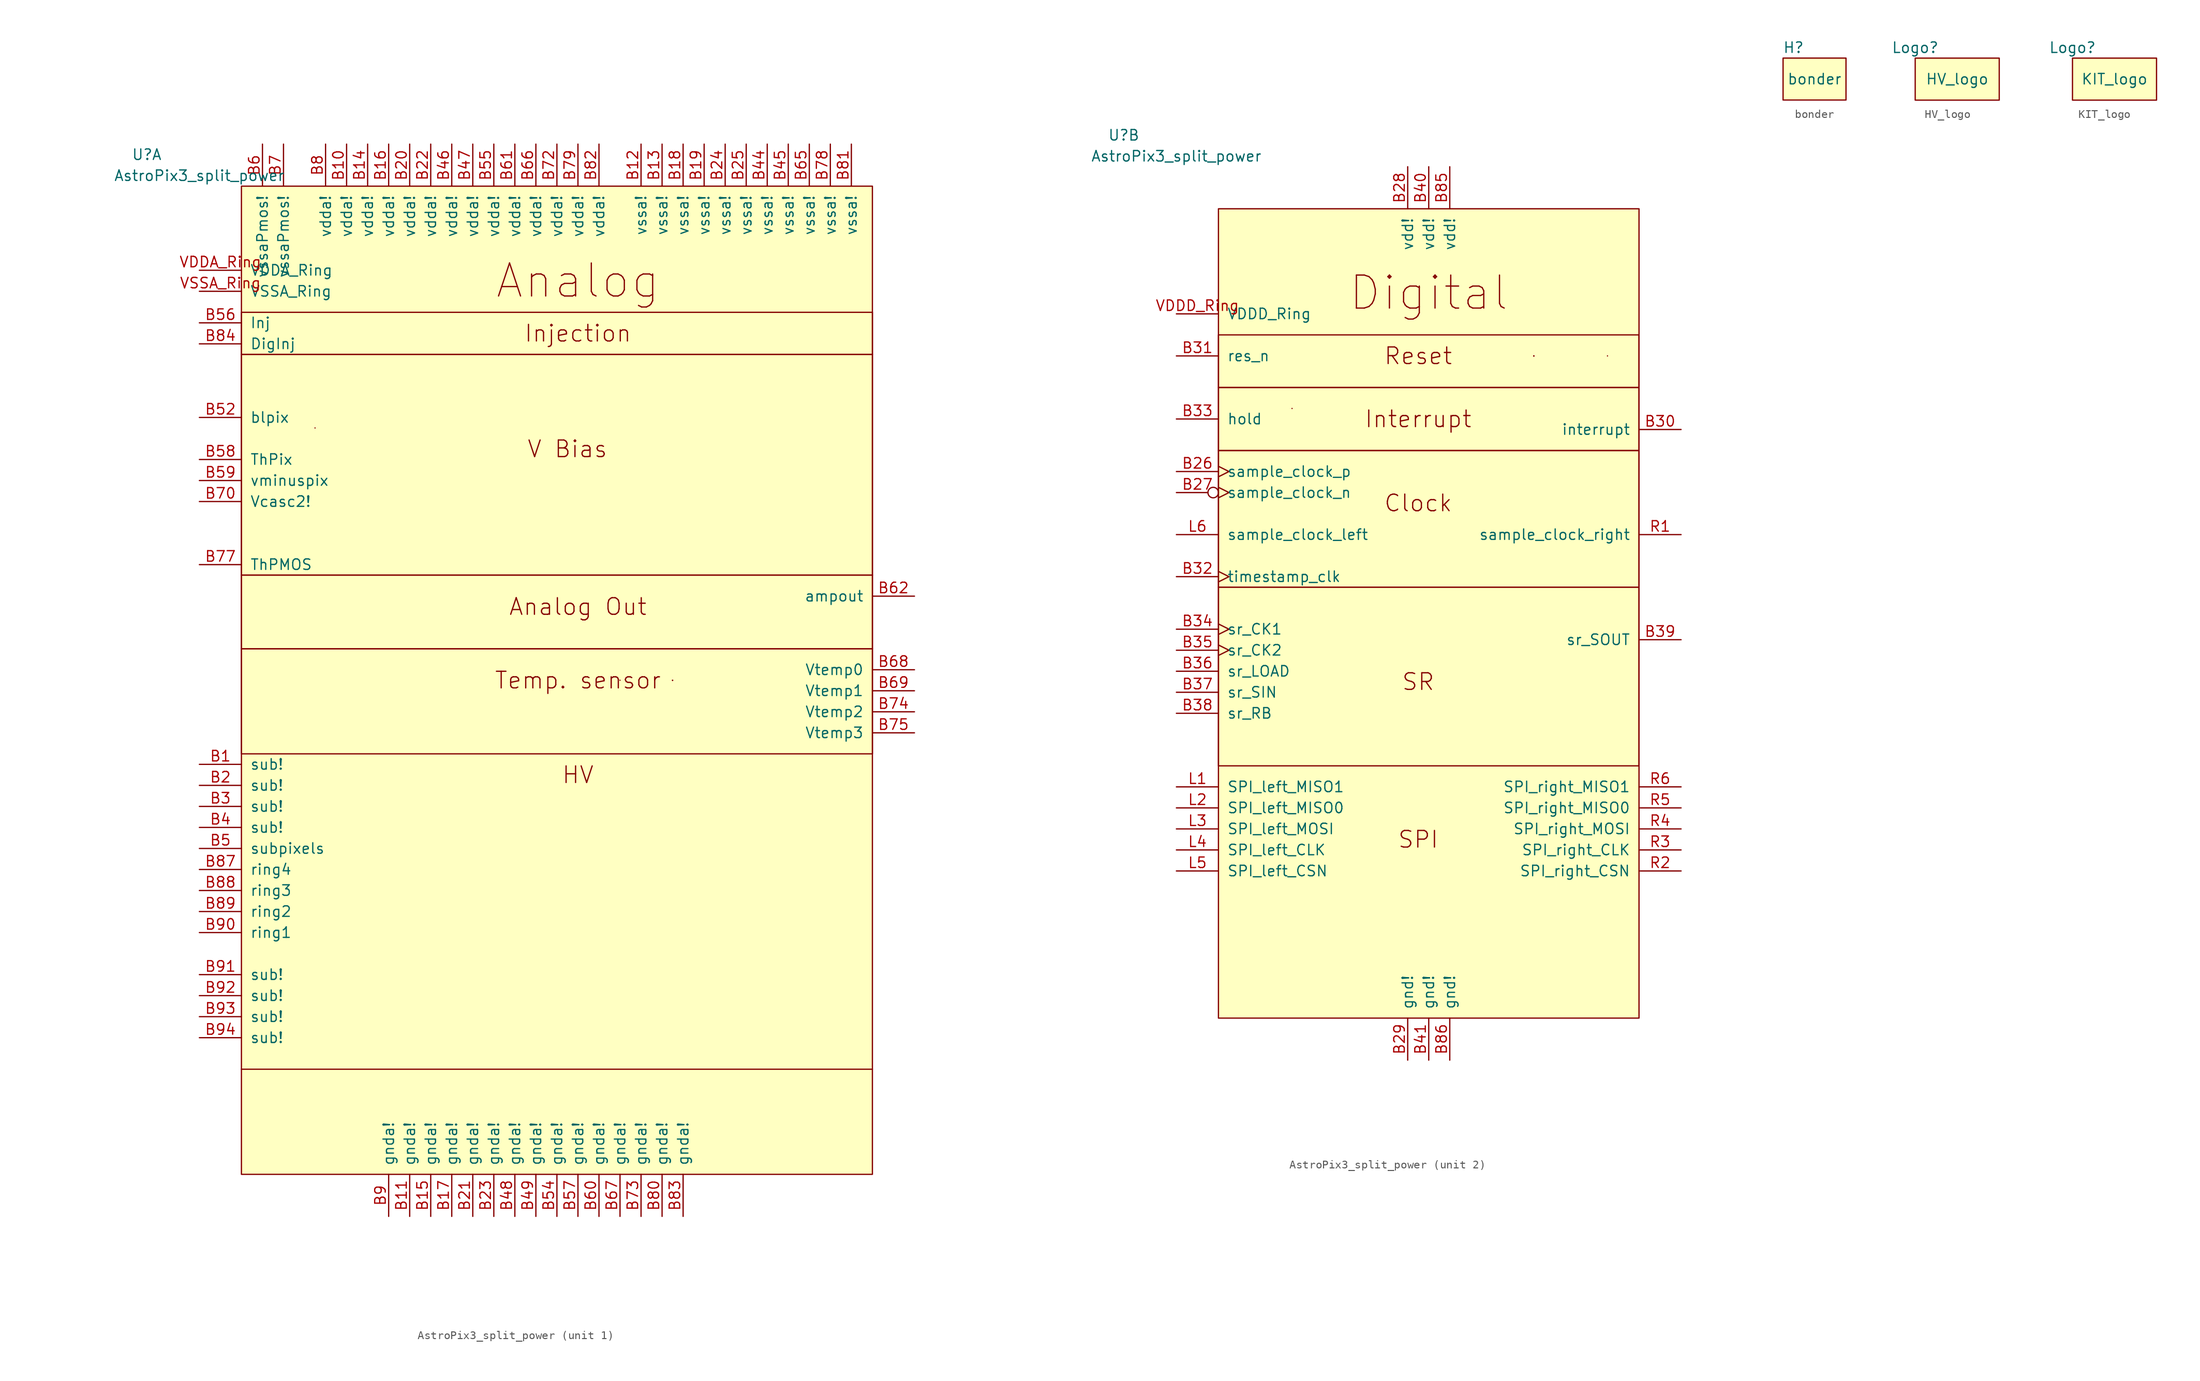
<source format=kicad_sym>
(kicad_symbol_lib
  (version 20211014)
  (generator kicad_symbol_editor)
  (symbol "AstroPix3_split_power"
    (pin_names
      (offset 1.016))
    (property "Reference" "U"
      (at -36.83 40.64 0)
      (effects (font (size 1.27 1.27))))
    (property "Value" "AstroPix3_split_power"
      (at -30.48 38.1 0)
      (effects (font (size 1.27 1.27))))
    (property "ki_locked" ""
      (at 0 0 0)
      (effects (font (size 1.27 1.27))))
    (symbol "AstroPix3_split_power_0_1"
      (polyline (pts (xy -16.51 7.62) (xy -16.51 7.62)) (stroke (width 0) (type default) (color 0 0 0 0)) (fill (type none))))
    (symbol "AstroPix3_split_power_1_1"
      (rectangle (start -25.4 -19.05) (end 50.8 -31.75) (stroke (width 0) (type default) (color 0 0 0 0)) (fill (type none)))
      (rectangle (start -25.4 -10.16) (end 50.8 -19.05) (stroke (width 0) (type default) (color 0 0 0 0)) (fill (type none)))
      (rectangle (start -25.4 16.51) (end 50.8 -10.16) (stroke (width 0) (type default) (color 0 0 0 0)) (fill (type none)))
      (rectangle (start -25.4 21.59) (end 50.8 16.51) (stroke (width 0) (type default) (color 0 0 0 0)) (fill (type none)))
      (rectangle (start -25.4 36.83) (end 50.8 -82.55) (stroke (width 0) (type default) (color 0 0 0 0)) (fill (type background)))
      (polyline (pts (xy -25.4 -69.85) (xy 50.8 -69.85)) (stroke (width 0) (type default) (color 0 0 0 0)) (fill (type none)))
      (polyline (pts (xy 20.32 -22.86) (xy 20.32 -22.86)) (stroke (width 0) (type default) (color 0 0 0 0)) (fill (type none)))
      (polyline (pts (xy 26.67 -22.86) (xy 26.67 -22.86)) (stroke (width 0) (type default) (color 0 0 0 0)) (fill (type none)))
      (polyline (pts (xy 26.67 -22.86) (xy 26.67 -22.86)) (stroke (width 0) (type default) (color 0 0 0 0)) (fill (type none)))
      (polyline (pts (xy 26.67 -22.86) (xy 26.67 -22.86)) (stroke (width 0) (type default) (color 0 0 0 0)) (fill (type none)))
      (polyline (pts (xy 26.67 -22.86) (xy 26.67 -22.86)) (stroke (width 0) (type default) (color 0 0 0 0)) (fill (type none)))
      (polyline (pts (xy 26.67 -22.86) (xy 26.67 -22.86)) (stroke (width 0) (type default) (color 0 0 0 0)) (fill (type none)))
      (text "Analog" (at 15.24 25.4 0) (effects (font (size 3.988 3.988))))
      (text "Analog Out" (at 15.24 -13.97 0) (effects (font (size 2.007 2.007))))
      (text "HV" (at 15.24 -34.29 0) (effects (font (size 2.007 2.007))))
      (text "Injection" (at 15.24 19.05 0) (effects (font (size 2.007 2.007))))
      (text "Temp. sensor" (at 15.24 -22.86 0) (effects (font (size 2.007 2.007))))
      (text "V Bias" (at 13.97 5.08 0) (effects (font (size 2.007 2.007))))
      (pin power_in line (at -30.48 -33.02 0) (length 5.08) (name "sub!" (effects (font (size 1.27 1.27)))) (number "B1" (effects (font (size 1.27 1.27)))))
      (pin power_in line (at -12.7 41.91 270) (length 5.08) (name "vdda!" (effects (font (size 1.27 1.27)))) (number "B10" (effects (font (size 1.27 1.27)))))
      (pin power_in line (at -5.08 -87.63 90) (length 5.08) (name "gnda!" (effects (font (size 1.27 1.27)))) (number "B11" (effects (font (size 1.27 1.27)))))
      (pin power_in line (at 22.86 41.91 270) (length 5.08) (name "vssa!" (effects (font (size 1.27 1.27)))) (number "B12" (effects (font (size 1.27 1.27)))))
      (pin power_in line (at 25.4 41.91 270) (length 5.08) (name "vssa!" (effects (font (size 1.27 1.27)))) (number "B13" (effects (font (size 1.27 1.27)))))
      (pin power_in line (at -10.16 41.91 270) (length 5.08) (name "vdda!" (effects (font (size 1.27 1.27)))) (number "B14" (effects (font (size 1.27 1.27)))))
      (pin power_in line (at -2.54 -87.63 90) (length 5.08) (name "gnda!" (effects (font (size 1.27 1.27)))) (number "B15" (effects (font (size 1.27 1.27)))))
      (pin power_in line (at -7.62 41.91 270) (length 5.08) (name "vdda!" (effects (font (size 1.27 1.27)))) (number "B16" (effects (font (size 1.27 1.27)))))
      (pin power_in line (at 0 -87.63 90) (length 5.08) (name "gnda!" (effects (font (size 1.27 1.27)))) (number "B17" (effects (font (size 1.27 1.27)))))
      (pin power_in line (at 27.94 41.91 270) (length 5.08) (name "vssa!" (effects (font (size 1.27 1.27)))) (number "B18" (effects (font (size 1.27 1.27)))))
      (pin power_in line (at 30.48 41.91 270) (length 5.08) (name "vssa!" (effects (font (size 1.27 1.27)))) (number "B19" (effects (font (size 1.27 1.27)))))
      (pin power_in line (at -30.48 -35.56 0) (length 5.08) (name "sub!" (effects (font (size 1.27 1.27)))) (number "B2" (effects (font (size 1.27 1.27)))))
      (pin power_in line (at -5.08 41.91 270) (length 5.08) (name "vdda!" (effects (font (size 1.27 1.27)))) (number "B20" (effects (font (size 1.27 1.27)))))
      (pin power_in line (at 2.54 -87.63 90) (length 5.08) (name "gnda!" (effects (font (size 1.27 1.27)))) (number "B21" (effects (font (size 1.27 1.27)))))
      (pin power_in line (at -2.54 41.91 270) (length 5.08) (name "vdda!" (effects (font (size 1.27 1.27)))) (number "B22" (effects (font (size 1.27 1.27)))))
      (pin power_in line (at 5.08 -87.63 90) (length 5.08) (name "gnda!" (effects (font (size 1.27 1.27)))) (number "B23" (effects (font (size 1.27 1.27)))))
      (pin power_in line (at 33.02 41.91 270) (length 5.08) (name "vssa!" (effects (font (size 1.27 1.27)))) (number "B24" (effects (font (size 1.27 1.27)))))
      (pin power_in line (at 35.56 41.91 270) (length 5.08) (name "vssa!" (effects (font (size 1.27 1.27)))) (number "B25" (effects (font (size 1.27 1.27)))))
      (pin power_in line (at -30.48 -38.1 0) (length 5.08) (name "sub!" (effects (font (size 1.27 1.27)))) (number "B3" (effects (font (size 1.27 1.27)))))
      (pin power_in line (at -30.48 -40.64 0) (length 5.08) (name "sub!" (effects (font (size 1.27 1.27)))) (number "B4" (effects (font (size 1.27 1.27)))))
      (pin power_in line (at 38.1 41.91 270) (length 5.08) (name "vssa!" (effects (font (size 1.27 1.27)))) (number "B44" (effects (font (size 1.27 1.27)))))
      (pin power_in line (at 40.64 41.91 270) (length 5.08) (name "vssa!" (effects (font (size 1.27 1.27)))) (number "B45" (effects (font (size 1.27 1.27)))))
      (pin power_in line (at 0 41.91 270) (length 5.08) (name "vdda!" (effects (font (size 1.27 1.27)))) (number "B46" (effects (font (size 1.27 1.27)))))
      (pin power_in line (at 2.54 41.91 270) (length 5.08) (name "vdda!" (effects (font (size 1.27 1.27)))) (number "B47" (effects (font (size 1.27 1.27)))))
      (pin power_in line (at 7.62 -87.63 90) (length 5.08) (name "gnda!" (effects (font (size 1.27 1.27)))) (number "B48" (effects (font (size 1.27 1.27)))))
      (pin power_in line (at 10.16 -87.63 90) (length 5.08) (name "gnda!" (effects (font (size 1.27 1.27)))) (number "B49" (effects (font (size 1.27 1.27)))))
      (pin power_in line (at -30.48 -43.18 0) (length 5.08) (name "subpixels" (effects (font (size 1.27 1.27)))) (number "B5" (effects (font (size 1.27 1.27)))))
      (pin input line (at -30.48 8.89 0) (length 5.08) (name "blpix" (effects (font (size 1.27 1.27)))) (number "B52" (effects (font (size 1.27 1.27)))))
      (pin power_in line (at 12.7 -87.63 90) (length 5.08) (name "gnda!" (effects (font (size 1.27 1.27)))) (number "B54" (effects (font (size 1.27 1.27)))))
      (pin power_in line (at 5.08 41.91 270) (length 5.08) (name "vdda!" (effects (font (size 1.27 1.27)))) (number "B55" (effects (font (size 1.27 1.27)))))
      (pin input line (at -30.48 20.32 0) (length 5.08) (name "Inj" (effects (font (size 1.27 1.27)))) (number "B56" (effects (font (size 1.27 1.27)))))
      (pin power_in line (at 15.24 -87.63 90) (length 5.08) (name "gnda!" (effects (font (size 1.27 1.27)))) (number "B57" (effects (font (size 1.27 1.27)))))
      (pin input line (at -30.48 3.81 0) (length 5.08) (name "ThPix" (effects (font (size 1.27 1.27)))) (number "B58" (effects (font (size 1.27 1.27)))))
      (pin input line (at -30.48 1.27 0) (length 5.08) (name "vminuspix" (effects (font (size 1.27 1.27)))) (number "B59" (effects (font (size 1.27 1.27)))))
      (pin power_in line (at -22.86 41.91 270) (length 5.08) (name "vssaPmos!" (effects (font (size 1.27 1.27)))) (number "B6" (effects (font (size 1.27 1.27)))))
      (pin power_in line (at 17.78 -87.63 90) (length 5.08) (name "gnda!" (effects (font (size 1.27 1.27)))) (number "B60" (effects (font (size 1.27 1.27)))))
      (pin power_in line (at 7.62 41.91 270) (length 5.08) (name "vdda!" (effects (font (size 1.27 1.27)))) (number "B61" (effects (font (size 1.27 1.27)))))
      (pin output line (at 55.88 -12.7 180) (length 5.08) (name "ampout" (effects (font (size 1.27 1.27)))) (number "B62" (effects (font (size 1.27 1.27)))))
      (pin power_in line (at 43.18 41.91 270) (length 5.08) (name "vssa!" (effects (font (size 1.27 1.27)))) (number "B65" (effects (font (size 1.27 1.27)))))
      (pin power_in line (at 10.16 41.91 270) (length 5.08) (name "vdda!" (effects (font (size 1.27 1.27)))) (number "B66" (effects (font (size 1.27 1.27)))))
      (pin power_in line (at 20.32 -87.63 90) (length 5.08) (name "gnda!" (effects (font (size 1.27 1.27)))) (number "B67" (effects (font (size 1.27 1.27)))))
      (pin output line (at 55.88 -21.59 180) (length 5.08) (name "Vtemp0" (effects (font (size 1.27 1.27)))) (number "B68" (effects (font (size 1.27 1.27)))))
      (pin output line (at 55.88 -24.13 180) (length 5.08) (name "Vtemp1" (effects (font (size 1.27 1.27)))) (number "B69" (effects (font (size 1.27 1.27)))))
      (pin power_in line (at -20.32 41.91 270) (length 5.08) (name "vssaPmos!" (effects (font (size 1.27 1.27)))) (number "B7" (effects (font (size 1.27 1.27)))))
      (pin input line (at -30.48 -1.27 0) (length 5.08) (name "Vcasc2!" (effects (font (size 1.27 1.27)))) (number "B70" (effects (font (size 1.27 1.27)))))
      (pin power_in line (at 12.7 41.91 270) (length 5.08) (name "vdda!" (effects (font (size 1.27 1.27)))) (number "B72" (effects (font (size 1.27 1.27)))))
      (pin power_in line (at 22.86 -87.63 90) (length 5.08) (name "gnda!" (effects (font (size 1.27 1.27)))) (number "B73" (effects (font (size 1.27 1.27)))))
      (pin output line (at 55.88 -26.67 180) (length 5.08) (name "Vtemp2" (effects (font (size 1.27 1.27)))) (number "B74" (effects (font (size 1.27 1.27)))))
      (pin output line (at 55.88 -29.21 180) (length 5.08) (name "Vtemp3" (effects (font (size 1.27 1.27)))) (number "B75" (effects (font (size 1.27 1.27)))))
      (pin input line (at -30.48 -8.89 0) (length 5.08) (name "ThPMOS" (effects (font (size 1.27 1.27)))) (number "B77" (effects (font (size 1.27 1.27)))))
      (pin power_in line (at 45.72 41.91 270) (length 5.08) (name "vssa!" (effects (font (size 1.27 1.27)))) (number "B78" (effects (font (size 1.27 1.27)))))
      (pin power_in line (at 15.24 41.91 270) (length 5.08) (name "vdda!" (effects (font (size 1.27 1.27)))) (number "B79" (effects (font (size 1.27 1.27)))))
      (pin power_in line (at -15.24 41.91 270) (length 5.08) (name "vdda!" (effects (font (size 1.27 1.27)))) (number "B8" (effects (font (size 1.27 1.27)))))
      (pin power_in line (at 25.4 -87.63 90) (length 5.08) (name "gnda!" (effects (font (size 1.27 1.27)))) (number "B80" (effects (font (size 1.27 1.27)))))
      (pin power_in line (at 48.26 41.91 270) (length 5.08) (name "vssa!" (effects (font (size 1.27 1.27)))) (number "B81" (effects (font (size 1.27 1.27)))))
      (pin power_in line (at 17.78 41.91 270) (length 5.08) (name "vdda!" (effects (font (size 1.27 1.27)))) (number "B82" (effects (font (size 1.27 1.27)))))
      (pin power_in line (at 27.94 -87.63 90) (length 5.08) (name "gnda!" (effects (font (size 1.27 1.27)))) (number "B83" (effects (font (size 1.27 1.27)))))
      (pin input line (at -30.48 17.78 0) (length 5.08) (name "DigInj" (effects (font (size 1.27 1.27)))) (number "B84" (effects (font (size 1.27 1.27)))))
      (pin input line (at -30.48 -45.72 0) (length 5.08) (name "ring4" (effects (font (size 1.27 1.27)))) (number "B87" (effects (font (size 1.27 1.27)))))
      (pin input line (at -30.48 -48.26 0) (length 5.08) (name "ring3" (effects (font (size 1.27 1.27)))) (number "B88" (effects (font (size 1.27 1.27)))))
      (pin input line (at -30.48 -50.8 0) (length 5.08) (name "ring2" (effects (font (size 1.27 1.27)))) (number "B89" (effects (font (size 1.27 1.27)))))
      (pin power_in line (at -7.62 -87.63 90) (length 5.08) (name "gnda!" (effects (font (size 1.27 1.27)))) (number "B9" (effects (font (size 1.27 1.27)))))
      (pin input line (at -30.48 -53.34 0) (length 5.08) (name "ring1" (effects (font (size 1.27 1.27)))) (number "B90" (effects (font (size 1.27 1.27)))))
      (pin power_in line (at -30.48 -58.42 0) (length 5.08) (name "sub!" (effects (font (size 1.27 1.27)))) (number "B91" (effects (font (size 1.27 1.27)))))
      (pin power_in line (at -30.48 -60.96 0) (length 5.08) (name "sub!" (effects (font (size 1.27 1.27)))) (number "B92" (effects (font (size 1.27 1.27)))))
      (pin power_in line (at -30.48 -63.5 0) (length 5.08) (name "sub!" (effects (font (size 1.27 1.27)))) (number "B93" (effects (font (size 1.27 1.27)))))
      (pin power_in line (at -30.48 -66.04 0) (length 5.08) (name "sub!" (effects (font (size 1.27 1.27)))) (number "B94" (effects (font (size 1.27 1.27)))))
      (pin power_in line (at -30.48 26.67 0) (length 5.08) (name "VDDA_Ring" (effects (font (size 1.27 1.27)))) (number "VDDA_Ring" (effects (font (size 1.27 1.27)))))
      (pin power_in line (at -30.48 24.13 0) (length 5.08) (name "VSSA_Ring" (effects (font (size 1.27 1.27)))) (number "VSSA_Ring" (effects (font (size 1.27 1.27))))))
    (symbol "AstroPix3_split_power_2_1"
      (rectangle (start -25.4 -13.97) (end 25.4 -35.56) (stroke (width 0) (type default) (color 0 0 0 0)) (fill (type none)))
      (rectangle (start -25.4 2.54) (end 25.4 -13.97) (stroke (width 0) (type default) (color 0 0 0 0)) (fill (type none)))
      (rectangle (start -25.4 2.54) (end 25.4 10.16) (stroke (width 0) (type default) (color 0 0 0 0)) (fill (type none)))
      (rectangle (start -25.4 16.51) (end 25.4 10.16) (stroke (width 0) (type default) (color 0 0 0 0)) (fill (type none)))
      (rectangle (start -25.4 31.75) (end 25.4 -66.04) (stroke (width 0) (type default) (color 0 0 0 0)) (fill (type background)))
      (polyline (pts (xy 12.7 13.97) (xy 12.7 13.97)) (stroke (width 0) (type default) (color 0 0 0 0)) (fill (type none)))
      (polyline (pts (xy 12.7 13.97) (xy 12.7 13.97)) (stroke (width 0) (type default) (color 0 0 0 0)) (fill (type none)))
      (polyline (pts (xy 12.7 13.97) (xy 12.7 13.97)) (stroke (width 0) (type default) (color 0 0 0 0)) (fill (type none)))
      (polyline (pts (xy 12.7 13.97) (xy 12.7 13.97)) (stroke (width 0) (type default) (color 0 0 0 0)) (fill (type none)))
      (polyline (pts (xy 12.7 13.97) (xy 12.7 13.97)) (stroke (width 0) (type default) (color 0 0 0 0)) (fill (type none)))
      (polyline (pts (xy 21.59 13.97) (xy 21.59 13.97)) (stroke (width 0) (type default) (color 0 0 0 0)) (fill (type none)))
      (text "Clock" (at -1.27 -3.81 0) (effects (font (size 2.007 2.007))))
      (text "Digital" (at 0 21.59 0) (effects (font (size 3.988 3.988))))
      (text "Interrupt" (at -1.27 6.35 0) (effects (font (size 2.007 2.007))))
      (text "Reset" (at -1.27 13.97 0) (effects (font (size 2.007 2.007))))
      (text "SPI" (at -1.27 -44.45 0) (effects (font (size 2.007 2.007))))
      (text "SR" (at -1.27 -25.4 0) (effects (font (size 2.007 2.007))))
      (pin input clock (at -30.48 0 0) (length 5.08) (name "sample_clock_p" (effects (font (size 1.27 1.27)))) (number "B26" (effects (font (size 1.27 1.27)))))
      (pin input inverted_clock (at -30.48 -2.54 0) (length 5.08) (name "sample_clock_n" (effects (font (size 1.27 1.27)))) (number "B27" (effects (font (size 1.27 1.27)))))
      (pin power_in line (at -2.54 36.83 270) (length 5.08) (name "vdd!" (effects (font (size 1.27 1.27)))) (number "B28" (effects (font (size 1.27 1.27)))))
      (pin power_in line (at -2.54 -71.12 90) (length 5.08) (name "gnd!" (effects (font (size 1.27 1.27)))) (number "B29" (effects (font (size 1.27 1.27)))))
      (pin open_collector line (at 30.48 5.08 180) (length 5.08) (name "interrupt" (effects (font (size 1.27 1.27)))) (number "B30" (effects (font (size 1.27 1.27)))))
      (pin input line (at -30.48 13.97 0) (length 5.08) (name "res_n" (effects (font (size 1.27 1.27)))) (number "B31" (effects (font (size 1.27 1.27)))))
      (pin input clock (at -30.48 -12.7 0) (length 5.08) (name "timestamp_clk" (effects (font (size 1.27 1.27)))) (number "B32" (effects (font (size 1.27 1.27)))))
      (pin input line (at -30.48 6.35 0) (length 5.08) (name "hold" (effects (font (size 1.27 1.27)))) (number "B33" (effects (font (size 1.27 1.27)))))
      (pin input clock (at -30.48 -19.05 0) (length 5.08) (name "sr_CK1" (effects (font (size 1.27 1.27)))) (number "B34" (effects (font (size 1.27 1.27)))))
      (pin input clock (at -30.48 -21.59 0) (length 5.08) (name "sr_CK2" (effects (font (size 1.27 1.27)))) (number "B35" (effects (font (size 1.27 1.27)))))
      (pin input line (at -30.48 -24.13 0) (length 5.08) (name "sr_LOAD" (effects (font (size 1.27 1.27)))) (number "B36" (effects (font (size 1.27 1.27)))))
      (pin input line (at -30.48 -26.67 0) (length 5.08) (name "sr_SIN" (effects (font (size 1.27 1.27)))) (number "B37" (effects (font (size 1.27 1.27)))))
      (pin input line (at -30.48 -29.21 0) (length 5.08) (name "sr_RB" (effects (font (size 1.27 1.27)))) (number "B38" (effects (font (size 1.27 1.27)))))
      (pin output line (at 30.48 -20.32 180) (length 5.08) (name "sr_SOUT" (effects (font (size 1.27 1.27)))) (number "B39" (effects (font (size 1.27 1.27)))))
      (pin power_in line (at 0 36.83 270) (length 5.08) (name "vdd!" (effects (font (size 1.27 1.27)))) (number "B40" (effects (font (size 1.27 1.27)))))
      (pin power_in line (at 0 -71.12 90) (length 5.08) (name "gnd!" (effects (font (size 1.27 1.27)))) (number "B41" (effects (font (size 1.27 1.27)))))
      (pin power_in line (at 2.54 36.83 270) (length 5.08) (name "vdd!" (effects (font (size 1.27 1.27)))) (number "B85" (effects (font (size 1.27 1.27)))))
      (pin power_in line (at 2.54 -71.12 90) (length 5.08) (name "gnd!" (effects (font (size 1.27 1.27)))) (number "B86" (effects (font (size 1.27 1.27)))))
      (pin output line (at -30.48 -38.1 0) (length 5.08) (name "SPI_left_MISO1" (effects (font (size 1.27 1.27)))) (number "L1" (effects (font (size 1.27 1.27)))))
      (pin output line (at -30.48 -40.64 0) (length 5.08) (name "SPI_left_MISO0" (effects (font (size 1.27 1.27)))) (number "L2" (effects (font (size 1.27 1.27)))))
      (pin input line (at -30.48 -43.18 0) (length 5.08) (name "SPI_left_MOSI" (effects (font (size 1.27 1.27)))) (number "L3" (effects (font (size 1.27 1.27)))))
      (pin input line (at -30.48 -45.72 0) (length 5.08) (name "SPI_left_CLK" (effects (font (size 1.27 1.27)))) (number "L4" (effects (font (size 1.27 1.27)))))
      (pin output line (at -30.48 -48.26 0) (length 5.08) (name "SPI_left_CSN" (effects (font (size 1.27 1.27)))) (number "L5" (effects (font (size 1.27 1.27)))))
      (pin input line (at -30.48 -7.62 0) (length 5.08) (name "sample_clock_left" (effects (font (size 1.27 1.27)))) (number "L6" (effects (font (size 1.27 1.27)))))
      (pin output line (at 30.48 -7.62 180) (length 5.08) (name "sample_clock_right" (effects (font (size 1.27 1.27)))) (number "R1" (effects (font (size 1.27 1.27)))))
      (pin input line (at 30.48 -48.26 180) (length 5.08) (name "SPI_right_CSN" (effects (font (size 1.27 1.27)))) (number "R2" (effects (font (size 1.27 1.27)))))
      (pin output line (at 30.48 -45.72 180) (length 5.08) (name "SPI_right_CLK" (effects (font (size 1.27 1.27)))) (number "R3" (effects (font (size 1.27 1.27)))))
      (pin output line (at 30.48 -43.18 180) (length 5.08) (name "SPI_right_MOSI" (effects (font (size 1.27 1.27)))) (number "R4" (effects (font (size 1.27 1.27)))))
      (pin input line (at 30.48 -40.64 180) (length 5.08) (name "SPI_right_MISO0" (effects (font (size 1.27 1.27)))) (number "R5" (effects (font (size 1.27 1.27)))))
      (pin input line (at 30.48 -38.1 180) (length 5.08) (name "SPI_right_MISO1" (effects (font (size 1.27 1.27)))) (number "R6" (effects (font (size 1.27 1.27)))))
      (pin power_in line (at -30.48 19.05 0) (length 5.08) (name "VDDD_Ring" (effects (font (size 1.27 1.27)))) (number "VDDD_Ring" (effects (font (size 1.27 1.27)))))))
  (symbol "bonder"
    (pin_names
      (offset 1.016))
    (property "Reference" "H"
      (at -2.54 3.81 0)
      (effects (font (size 1.27 1.27))))
    (property "Value" "bonder"
      (at 0 0 0)
      (effects (font (size 1.27 1.27))))
    (symbol "bonder_0_1"
      (rectangle (start -3.81 2.54) (end 3.81 -2.54) (stroke (width 0) (type default) (color 0 0 0 0)) (fill (type background)))))
  (symbol "HV_logo"
    (pin_names
      (offset 1.016))
    (property "Reference" "Logo"
      (at -5.08 3.81 0)
      (effects (font (size 1.27 1.27))))
    (property "Value" "HV_logo"
      (at 0 0 0)
      (effects (font (size 1.27 1.27))))
    (symbol "HV_logo_0_1"
      (rectangle (start -5.08 2.54) (end 5.08 -2.54) (stroke (width 0) (type default) (color 0 0 0 0)) (fill (type background)))))
  (symbol "KIT_logo"
    (pin_names
      (offset 1.016))
    (property "Reference" "Logo"
      (at -5.08 3.81 0)
      (effects (font (size 1.27 1.27))))
    (property "Value" "KIT_logo"
      (at 0 0 0)
      (effects (font (size 1.27 1.27))))
    (symbol "KIT_logo_0_1"
      (rectangle (start -5.08 2.54) (end 5.08 -2.54) (stroke (width 0) (type default) (color 0 0 0 0)) (fill (type background))))))
</source>
